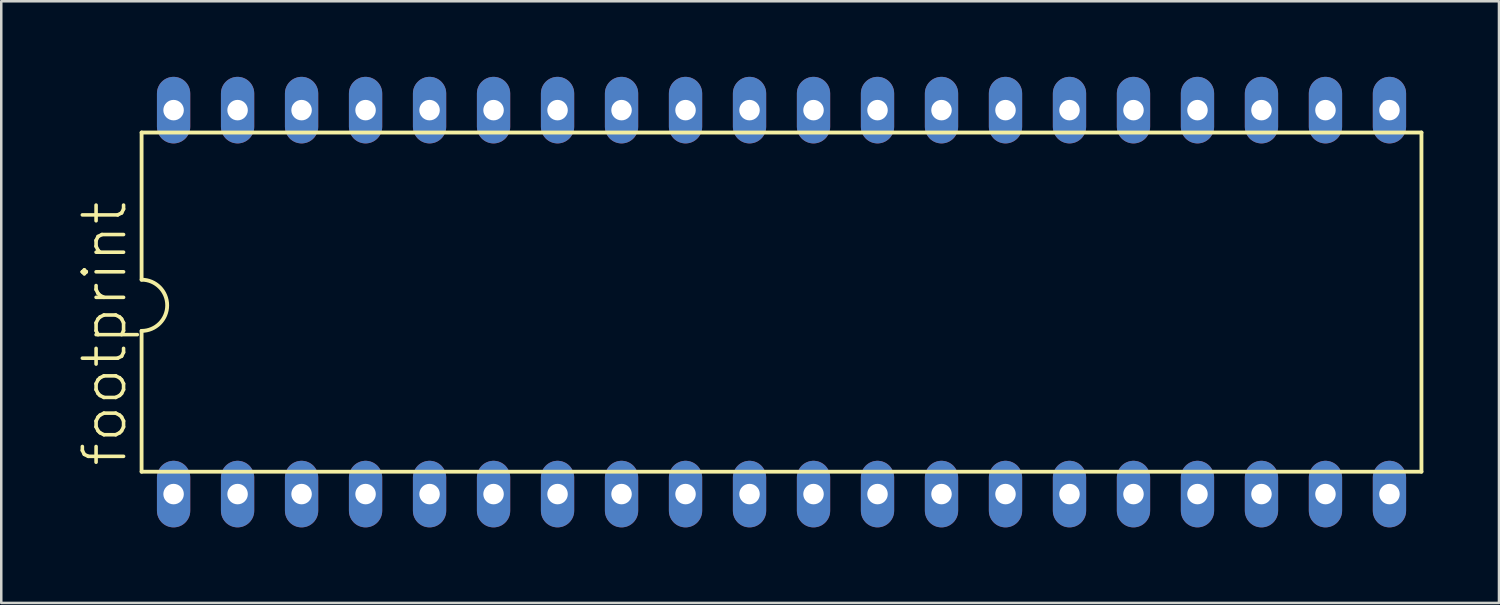
<source format=kicad_pcb>
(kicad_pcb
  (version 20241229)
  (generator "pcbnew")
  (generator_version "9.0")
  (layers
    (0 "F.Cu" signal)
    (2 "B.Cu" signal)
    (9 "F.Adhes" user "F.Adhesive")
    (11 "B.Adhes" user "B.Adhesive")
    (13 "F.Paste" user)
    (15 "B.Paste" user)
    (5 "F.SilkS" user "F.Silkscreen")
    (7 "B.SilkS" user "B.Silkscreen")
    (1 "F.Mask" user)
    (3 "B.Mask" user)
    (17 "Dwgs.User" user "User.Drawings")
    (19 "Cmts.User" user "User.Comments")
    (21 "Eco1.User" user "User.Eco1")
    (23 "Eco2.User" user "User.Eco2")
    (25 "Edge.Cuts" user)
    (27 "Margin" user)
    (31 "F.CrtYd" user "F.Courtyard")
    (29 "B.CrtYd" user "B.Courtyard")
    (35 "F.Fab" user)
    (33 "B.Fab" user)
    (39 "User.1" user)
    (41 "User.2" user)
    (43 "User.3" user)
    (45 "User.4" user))
  (footprint "footprint"
    (layer "F.Cu")
    (at 27.97 8.941)
    (property "Reference" "footprint" (at -25.908 6.604 90) (layer "F.SilkS") (effects (font (size 1.636 1.636) (thickness 0.142)) (justify left bottom)))
    (fp_line (start -25.4 -6.731) (end -25.4 -0.889) (stroke (width 0.152) (type solid)) (layer "F.SilkS"))
    (fp_line (start -25.4 6.731) (end -25.4 1.143) (stroke (width 0.152) (type solid)) (layer "F.SilkS"))
    (fp_line (start -25.4 6.731) (end 25.4 6.731) (stroke (width 0.152) (type solid)) (layer "F.SilkS"))
    (fp_line (start 25.4 -6.731) (end -25.4 -6.731) (stroke (width 0.152) (type solid)) (layer "F.SilkS"))
    (fp_line (start 25.4 -6.731) (end 25.4 6.731) (stroke (width 0.152) (type solid)) (layer "F.SilkS"))
    (fp_arc (start -25.4 -0.889) (mid -24.384 0.127) (end -25.4 1.143) (stroke (width 0.1524) (type solid)) (layer "F.SilkS"))
    (pad "1" thru_hole oval (at -24.13 7.62 90) (size 2.642 1.321) (drill 0.813) (layers "*.Cu" "*.Mask"))
    (pad "2" thru_hole oval (at -21.59 7.62 90) (size 2.642 1.321) (drill 0.813) (layers "*.Cu" "*.Mask"))
    (pad "3" thru_hole oval (at -19.05 7.62 90) (size 2.642 1.321) (drill 0.813) (layers "*.Cu" "*.Mask"))
    (pad "4" thru_hole oval (at -16.51 7.62 90) (size 2.642 1.321) (drill 0.813) (layers "*.Cu" "*.Mask"))
    (pad "5" thru_hole oval (at -13.97 7.62 90) (size 2.642 1.321) (drill 0.813) (layers "*.Cu" "*.Mask"))
    (pad "6" thru_hole oval (at -11.43 7.62 90) (size 2.642 1.321) (drill 0.813) (layers "*.Cu" "*.Mask"))
    (pad "7" thru_hole oval (at -8.89 7.62 90) (size 2.642 1.321) (drill 0.813) (layers "*.Cu" "*.Mask"))
    (pad "8" thru_hole oval (at -6.35 7.62 90) (size 2.642 1.321) (drill 0.813) (layers "*.Cu" "*.Mask"))
    (pad "9" thru_hole oval (at -3.81 7.62 90) (size 2.642 1.321) (drill 0.813) (layers "*.Cu" "*.Mask"))
    (pad "10" thru_hole oval (at -1.27 7.62 90) (size 2.642 1.321) (drill 0.813) (layers "*.Cu" "*.Mask"))
    (pad "11" thru_hole oval (at 1.27 7.62 90) (size 2.642 1.321) (drill 0.813) (layers "*.Cu" "*.Mask"))
    (pad "12" thru_hole oval (at 3.81 7.62 90) (size 2.642 1.321) (drill 0.813) (layers "*.Cu" "*.Mask"))
    (pad "13" thru_hole oval (at 6.35 7.62 90) (size 2.642 1.321) (drill 0.813) (layers "*.Cu" "*.Mask"))
    (pad "14" thru_hole oval (at 8.89 7.62 90) (size 2.642 1.321) (drill 0.813) (layers "*.Cu" "*.Mask"))
    (pad "15" thru_hole oval (at 11.43 7.62 90) (size 2.642 1.321) (drill 0.813) (layers "*.Cu" "*.Mask"))
    (pad "16" thru_hole oval (at 13.97 7.62 90) (size 2.642 1.321) (drill 0.813) (layers "*.Cu" "*.Mask"))
    (pad "17" thru_hole oval (at 16.51 7.62 90) (size 2.642 1.321) (drill 0.813) (layers "*.Cu" "*.Mask"))
    (pad "18" thru_hole oval (at 19.05 7.62 90) (size 2.642 1.321) (drill 0.813) (layers "*.Cu" "*.Mask"))
    (pad "19" thru_hole oval (at 21.59 7.62 90) (size 2.642 1.321) (drill 0.813) (layers "*.Cu" "*.Mask"))
    (pad "20" thru_hole oval (at 24.13 7.62 90) (size 2.642 1.321) (drill 0.813) (layers "*.Cu" "*.Mask"))
    (pad "21" thru_hole oval (at 24.13 -7.62 90) (size 2.642 1.321) (drill 0.813) (layers "*.Cu" "*.Mask"))
    (pad "22" thru_hole oval (at 21.59 -7.62 90) (size 2.642 1.321) (drill 0.813) (layers "*.Cu" "*.Mask"))
    (pad "23" thru_hole oval (at 19.05 -7.62 90) (size 2.642 1.321) (drill 0.813) (layers "*.Cu" "*.Mask"))
    (pad "24" thru_hole oval (at 16.51 -7.62 90) (size 2.642 1.321) (drill 0.813) (layers "*.Cu" "*.Mask"))
    (pad "25" thru_hole oval (at 13.97 -7.62 90) (size 2.642 1.321) (drill 0.813) (layers "*.Cu" "*.Mask"))
    (pad "26" thru_hole oval (at 11.43 -7.62 90) (size 2.642 1.321) (drill 0.813) (layers "*.Cu" "*.Mask"))
    (pad "27" thru_hole oval (at 8.89 -7.62 90) (size 2.642 1.321) (drill 0.813) (layers "*.Cu" "*.Mask"))
    (pad "28" thru_hole oval (at 6.35 -7.62 90) (size 2.642 1.321) (drill 0.813) (layers "*.Cu" "*.Mask"))
    (pad "29" thru_hole oval (at 3.81 -7.62 90) (size 2.642 1.321) (drill 0.813) (layers "*.Cu" "*.Mask"))
    (pad "30" thru_hole oval (at 1.27 -7.62 90) (size 2.642 1.321) (drill 0.813) (layers "*.Cu" "*.Mask"))
    (pad "31" thru_hole oval (at -1.27 -7.62 90) (size 2.642 1.321) (drill 0.813) (layers "*.Cu" "*.Mask"))
    (pad "32" thru_hole oval (at -3.81 -7.62 90) (size 2.642 1.321) (drill 0.813) (layers "*.Cu" "*.Mask"))
    (pad "33" thru_hole oval (at -6.35 -7.62 90) (size 2.642 1.321) (drill 0.813) (layers "*.Cu" "*.Mask"))
    (pad "34" thru_hole oval (at -8.89 -7.62 90) (size 2.642 1.321) (drill 0.813) (layers "*.Cu" "*.Mask"))
    (pad "35" thru_hole oval (at -11.43 -7.62 90) (size 2.642 1.321) (drill 0.813) (layers "*.Cu" "*.Mask"))
    (pad "36" thru_hole oval (at -13.97 -7.62 90) (size 2.642 1.321) (drill 0.813) (layers "*.Cu" "*.Mask"))
    (pad "37" thru_hole oval (at -16.51 -7.62 90) (size 2.642 1.321) (drill 0.813) (layers "*.Cu" "*.Mask"))
    (pad "38" thru_hole oval (at -19.05 -7.62 90) (size 2.642 1.321) (drill 0.813) (layers "*.Cu" "*.Mask"))
    (pad "39" thru_hole oval (at -21.59 -7.62 90) (size 2.642 1.321) (drill 0.813) (layers "*.Cu" "*.Mask"))
    (pad "40" thru_hole oval (at -24.13 -7.62 90) (size 2.642 1.321) (drill 0.813) (layers "*.Cu" "*.Mask")))
  (gr_rect
    (start -3 -3)
    (end 56.447 20.882)
    (stroke (width 0.1) (type default))
    (fill no)
    (layer "Edge.Cuts")))
</source>
